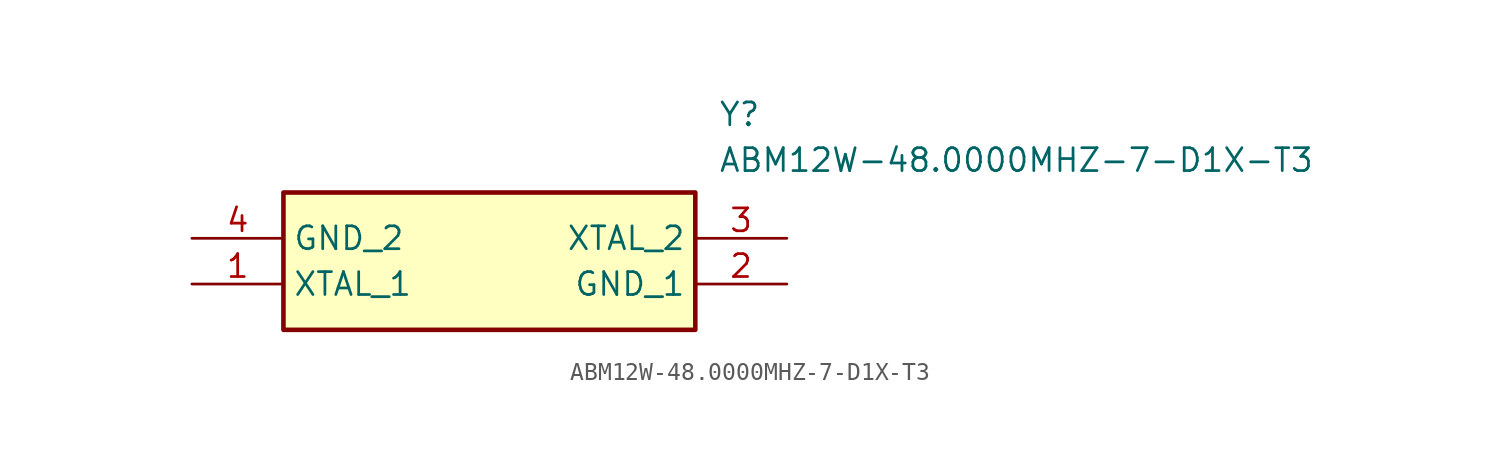
<source format=kicad_sym>
(kicad_symbol_lib
  (version 20211014)
  (generator SamacSys_ECAD_Model)
  (symbol "ABM12W-48.0000MHZ-7-D1X-T3"
    (property "Reference" "Y"
      (at 29.21 7.62 0)
      (effects (font (size 1.27 1.27)) (justify left top)))
    (property "Value" "ABM12W-48.0000MHZ-7-D1X-T3"
      (at 29.21 5.08 0)
      (effects (font (size 1.27 1.27)) (justify left top)))
    (rectangle
      (start 5.08 2.54)
      (end 27.94 -5.08)
      (stroke (width 0.254) (type default))
      (fill (type background)))
    (pin passive line
      (at 0 -2.54 0)
      (length 5.08)
      (name "XTAL_1" (effects (font (size 1.27 1.27))))
      (number "1" (effects (font (size 1.27 1.27)))))
    (pin passive line
      (at 33.02 -2.54 180)
      (length 5.08)
      (name "GND_1" (effects (font (size 1.27 1.27))))
      (number "2" (effects (font (size 1.27 1.27)))))
    (pin passive line
      (at 33.02 0 180)
      (length 5.08)
      (name "XTAL_2" (effects (font (size 1.27 1.27))))
      (number "3" (effects (font (size 1.27 1.27)))))
    (pin passive line
      (at 0 0 0)
      (length 5.08)
      (name "GND_2" (effects (font (size 1.27 1.27))))
      (number "4" (effects (font (size 1.27 1.27)))))))
</source>
